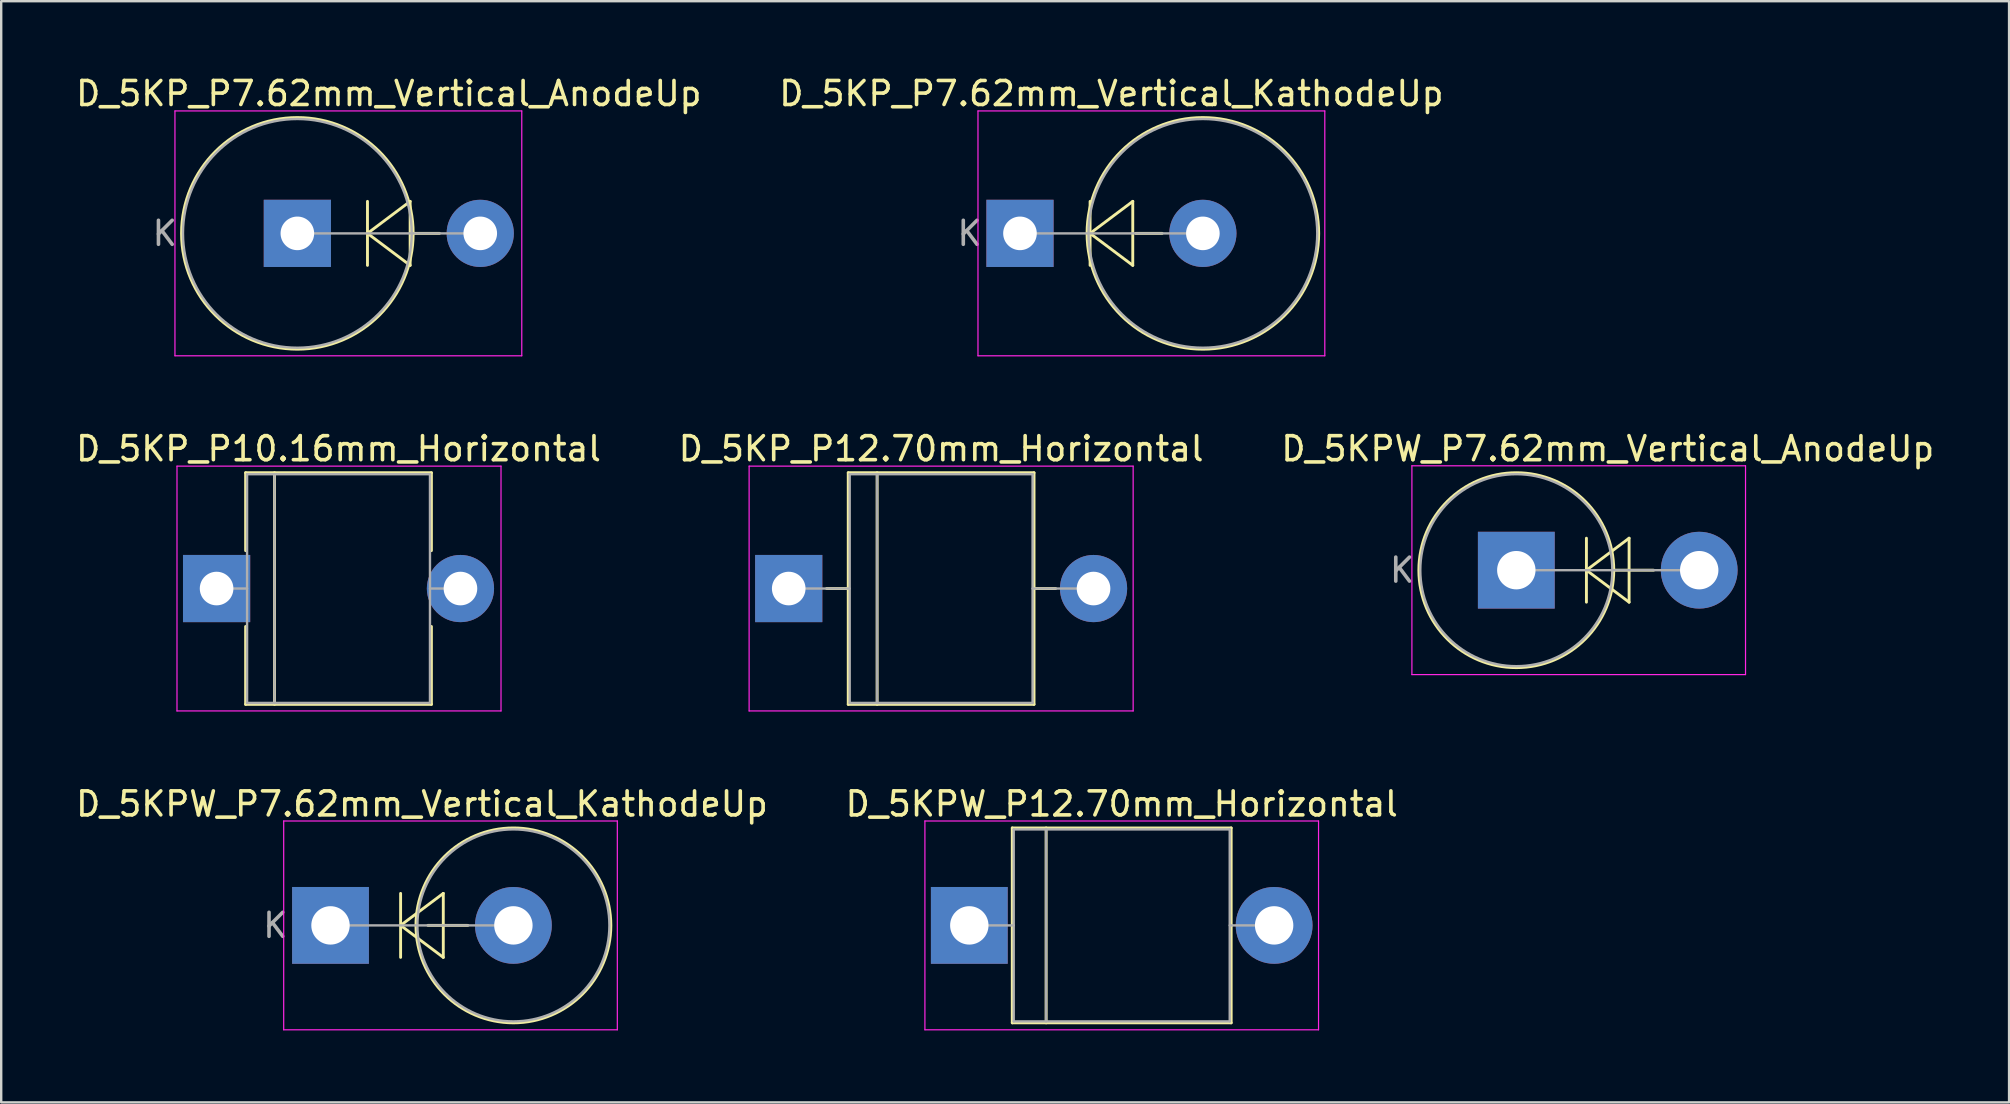
<source format=kicad_pcb>
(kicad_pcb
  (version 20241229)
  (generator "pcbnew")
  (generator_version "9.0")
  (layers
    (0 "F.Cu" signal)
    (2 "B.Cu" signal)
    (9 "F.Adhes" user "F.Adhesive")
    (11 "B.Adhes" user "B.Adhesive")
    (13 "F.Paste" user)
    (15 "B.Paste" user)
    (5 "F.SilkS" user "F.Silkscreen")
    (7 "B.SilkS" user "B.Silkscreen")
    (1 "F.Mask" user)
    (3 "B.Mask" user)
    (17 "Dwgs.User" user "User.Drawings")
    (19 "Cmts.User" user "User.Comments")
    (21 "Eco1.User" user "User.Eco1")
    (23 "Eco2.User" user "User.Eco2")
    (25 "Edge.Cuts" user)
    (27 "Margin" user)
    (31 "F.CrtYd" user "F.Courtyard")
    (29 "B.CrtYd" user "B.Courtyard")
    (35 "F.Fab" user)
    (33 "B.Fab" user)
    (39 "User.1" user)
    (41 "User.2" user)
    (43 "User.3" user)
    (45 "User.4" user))
  (footprint "D_5KPW_P7.62mm_Vertical_KathodeUp"
    (layer "F.Cu")
    (at 10.72 35.505)
    (property "Reference" "D_5KPW_P7.62mm_Vertical_KathodeUp" (at 3.81 -5.06 0) (layer "F.SilkS") (effects (font (size 1 1) (thickness 0.15))))
    (attr through_hole)
    (fp_line (start 2.921 -1.333) (end 2.921 1.333) (stroke (width 0.12) (type solid)) (layer "F.SilkS"))
    (fp_line (start 2.921 0) (end 4.699 -1.333) (stroke (width 0.12) (type solid)) (layer "F.SilkS"))
    (fp_line (start 4.06 0) (end 5.72 0) (stroke (width 0.12) (type solid)) (layer "F.SilkS"))
    (fp_line (start 4.699 -1.333) (end 4.699 1.333) (stroke (width 0.12) (type solid)) (layer "F.SilkS"))
    (fp_line (start 4.699 1.333) (end 2.921 0) (stroke (width 0.12) (type solid)) (layer "F.SilkS"))
    (fp_circle (center 7.62 0) (end 11.68 0) (stroke (width 0.12) (type solid)) (fill no) (layer "F.SilkS"))
    (fp_line (start -1.95 -4.35) (end -1.95 4.35) (stroke (width 0.05) (type solid)) (layer "F.CrtYd"))
    (fp_line (start -1.95 4.35) (end 11.95 4.35) (stroke (width 0.05) (type solid)) (layer "F.CrtYd"))
    (fp_line (start 11.95 -4.35) (end -1.95 -4.35) (stroke (width 0.05) (type solid)) (layer "F.CrtYd"))
    (fp_line (start 11.95 4.35) (end 11.95 -4.35) (stroke (width 0.05) (type solid)) (layer "F.CrtYd"))
    (fp_line (start 0 0) (end 7.62 0) (stroke (width 0.1) (type solid)) (layer "F.Fab"))
    (fp_circle (center 7.62 0) (end 11.62 0) (stroke (width 0.1) (type solid)) (fill no) (layer "F.Fab"))
    (fp_text user "K" (at -2.3 0 0) (layer "F.Fab") (effects (font (size 1 1) (thickness 0.15))))
    (pad "1" thru_hole rect (at 0 0) (size 3.2 3.2) (drill 1.6) (layers "*.Cu" "*.Mask"))
    (pad "2" thru_hole oval (at 7.62 0) (size 3.2 3.2) (drill 1.6) (layers "*.Cu" "*.Mask")))
  (footprint "D_5KPW_P12.70mm_Horizontal"
    (layer "F.Cu")
    (at 37.335 35.505)
    (property "Reference" "D_5KPW_P12.70mm_Horizontal" (at 6.35 -5.06 0) (layer "F.SilkS") (effects (font (size 1 1) (thickness 0.15))))
    (attr through_hole)
    (fp_line (start 1.78 0) (end 1.79 0) (stroke (width 0.12) (type solid)) (layer "F.SilkS"))
    (fp_line (start 1.79 -4.06) (end 1.79 4.06) (stroke (width 0.12) (type solid)) (layer "F.SilkS"))
    (fp_line (start 1.79 4.06) (end 10.91 4.06) (stroke (width 0.12) (type solid)) (layer "F.SilkS"))
    (fp_line (start 3.2 -4.06) (end 3.2 4.06) (stroke (width 0.12) (type solid)) (layer "F.SilkS"))
    (fp_line (start 10.91 -4.06) (end 1.79 -4.06) (stroke (width 0.12) (type solid)) (layer "F.SilkS"))
    (fp_line (start 10.91 4.06) (end 10.91 -4.06) (stroke (width 0.12) (type solid)) (layer "F.SilkS"))
    (fp_line (start 10.92 0) (end 10.91 0) (stroke (width 0.12) (type solid)) (layer "F.SilkS"))
    (fp_line (start -1.85 -4.35) (end -1.85 4.35) (stroke (width 0.05) (type solid)) (layer "F.CrtYd"))
    (fp_line (start -1.85 4.35) (end 14.55 4.35) (stroke (width 0.05) (type solid)) (layer "F.CrtYd"))
    (fp_line (start 14.55 -4.35) (end -1.85 -4.35) (stroke (width 0.05) (type solid)) (layer "F.CrtYd"))
    (fp_line (start 14.55 4.35) (end 14.55 -4.35) (stroke (width 0.05) (type solid)) (layer "F.CrtYd"))
    (fp_line (start 0 0) (end 1.85 0) (stroke (width 0.1) (type solid)) (layer "F.Fab"))
    (fp_line (start 1.85 -4) (end 1.85 4) (stroke (width 0.1) (type solid)) (layer "F.Fab"))
    (fp_line (start 1.85 4) (end 10.85 4) (stroke (width 0.1) (type solid)) (layer "F.Fab"))
    (fp_line (start 3.2 -4) (end 3.2 4) (stroke (width 0.1) (type solid)) (layer "F.Fab"))
    (fp_line (start 10.85 -4) (end 1.85 -4) (stroke (width 0.1) (type solid)) (layer "F.Fab"))
    (fp_line (start 10.85 4) (end 10.85 -4) (stroke (width 0.1) (type solid)) (layer "F.Fab"))
    (fp_line (start 12.7 0) (end 10.85 0) (stroke (width 0.1) (type solid)) (layer "F.Fab"))
    (pad "1" thru_hole rect (at 0 0) (size 3.2 3.2) (drill 1.6) (layers "*.Cu" "*.Mask"))
    (pad "2" thru_hole oval (at 12.7 0) (size 3.2 3.2) (drill 1.6) (layers "*.Cu" "*.Mask")))
  (footprint "D_5KP_P7.62mm_Vertical_KathodeUp"
    (layer "F.Cu")
    (at 39.446 6.673)
    (property "Reference" "D_5KP_P7.62mm_Vertical_KathodeUp" (at 3.81 -5.825 0) (layer "F.SilkS") (effects (font (size 1 1) (thickness 0.15))))
    (attr through_hole)
    (fp_line (start 2.921 -1.333) (end 2.921 1.333) (stroke (width 0.12) (type solid)) (layer "F.SilkS"))
    (fp_line (start 2.921 0) (end 4.699 -1.333) (stroke (width 0.12) (type solid)) (layer "F.SilkS"))
    (fp_line (start 4.699 -1.333) (end 4.699 1.333) (stroke (width 0.12) (type solid)) (layer "F.SilkS"))
    (fp_line (start 4.699 1.333) (end 2.921 0) (stroke (width 0.12) (type solid)) (layer "F.SilkS"))
    (fp_line (start 4.825 0) (end 5.92 0) (stroke (width 0.12) (type solid)) (layer "F.SilkS"))
    (fp_circle (center 7.62 0) (end 12.445 0) (stroke (width 0.12) (type solid)) (fill no) (layer "F.SilkS"))
    (fp_line (start -1.75 -5.1) (end -1.75 5.1) (stroke (width 0.05) (type solid)) (layer "F.CrtYd"))
    (fp_line (start -1.75 5.1) (end 12.7 5.1) (stroke (width 0.05) (type solid)) (layer "F.CrtYd"))
    (fp_line (start 12.7 -5.1) (end -1.75 -5.1) (stroke (width 0.05) (type solid)) (layer "F.CrtYd"))
    (fp_line (start 12.7 5.1) (end 12.7 -5.1) (stroke (width 0.05) (type solid)) (layer "F.CrtYd"))
    (fp_line (start 0 0) (end 7.62 0) (stroke (width 0.1) (type solid)) (layer "F.Fab"))
    (fp_circle (center 7.62 0) (end 12.385 0) (stroke (width 0.1) (type solid)) (fill no) (layer "F.Fab"))
    (fp_text user "K" (at -2.1 0 0) (layer "F.Fab") (effects (font (size 1 1) (thickness 0.15))))
    (pad "1" thru_hole rect (at 0 0) (size 2.8 2.8) (drill 1.4) (layers "*.Cu" "*.Mask"))
    (pad "2" thru_hole oval (at 7.62 0) (size 2.8 2.8) (drill 1.4) (layers "*.Cu" "*.Mask")))
  (footprint "D_5KPW_P7.62mm_Vertical_AnodeUp"
    (layer "F.Cu")
    (at 60.125 20.706)
    (property "Reference" "D_5KPW_P7.62mm_Vertical_AnodeUp" (at 3.81 -5.06 0) (layer "F.SilkS") (effects (font (size 1 1) (thickness 0.15))))
    (attr through_hole)
    (fp_line (start 2.921 -1.333) (end 2.921 1.333) (stroke (width 0.12) (type solid)) (layer "F.SilkS"))
    (fp_line (start 2.921 0) (end 4.699 -1.333) (stroke (width 0.12) (type solid)) (layer "F.SilkS"))
    (fp_line (start 4.06 0) (end 5.72 0) (stroke (width 0.12) (type solid)) (layer "F.SilkS"))
    (fp_line (start 4.699 -1.333) (end 4.699 1.333) (stroke (width 0.12) (type solid)) (layer "F.SilkS"))
    (fp_line (start 4.699 1.333) (end 2.921 0) (stroke (width 0.12) (type solid)) (layer "F.SilkS"))
    (fp_circle (center 0 0) (end 4.06 0) (stroke (width 0.12) (type solid)) (fill no) (layer "F.SilkS"))
    (fp_line (start -4.35 -4.35) (end -4.35 4.35) (stroke (width 0.05) (type solid)) (layer "F.CrtYd"))
    (fp_line (start -4.35 4.35) (end 9.55 4.35) (stroke (width 0.05) (type solid)) (layer "F.CrtYd"))
    (fp_line (start 9.55 -4.35) (end -4.35 -4.35) (stroke (width 0.05) (type solid)) (layer "F.CrtYd"))
    (fp_line (start 9.55 4.35) (end 9.55 -4.35) (stroke (width 0.05) (type solid)) (layer "F.CrtYd"))
    (fp_line (start 0 0) (end 7.62 0) (stroke (width 0.1) (type solid)) (layer "F.Fab"))
    (fp_circle (center 0 0) (end 4 0) (stroke (width 0.1) (type solid)) (fill no) (layer "F.Fab"))
    (fp_text user "K" (at -4.76 0 0) (layer "F.Fab") (effects (font (size 1 1) (thickness 0.15))))
    (pad "1" thru_hole rect (at 0 0) (size 3.2 3.2) (drill 1.6) (layers "*.Cu" "*.Mask"))
    (pad "2" thru_hole oval (at 7.62 0) (size 3.2 3.2) (drill 1.6) (layers "*.Cu" "*.Mask")))
  (footprint "D_5KP_P12.70mm_Horizontal"
    (layer "F.Cu")
    (at 29.811 21.471)
    (property "Reference" "D_5KP_P12.70mm_Horizontal" (at 6.35 -5.825 0) (layer "F.SilkS") (effects (font (size 1 1) (thickness 0.15))))
    (attr through_hole)
    (fp_line (start 1.58 0) (end 2.48 0) (stroke (width 0.12) (type solid)) (layer "F.SilkS"))
    (fp_line (start 2.48 -4.825) (end 2.48 4.825) (stroke (width 0.12) (type solid)) (layer "F.SilkS"))
    (fp_line (start 2.48 4.825) (end 10.22 4.825) (stroke (width 0.12) (type solid)) (layer "F.SilkS"))
    (fp_line (start 3.683 -4.825) (end 3.683 4.825) (stroke (width 0.12) (type solid)) (layer "F.SilkS"))
    (fp_line (start 10.22 -4.825) (end 2.48 -4.825) (stroke (width 0.12) (type solid)) (layer "F.SilkS"))
    (fp_line (start 10.22 4.825) (end 10.22 -4.825) (stroke (width 0.12) (type solid)) (layer "F.SilkS"))
    (fp_line (start 11.12 0) (end 10.22 0) (stroke (width 0.12) (type solid)) (layer "F.SilkS"))
    (fp_line (start -1.65 -5.1) (end -1.65 5.1) (stroke (width 0.05) (type solid)) (layer "F.CrtYd"))
    (fp_line (start -1.65 5.1) (end 14.35 5.1) (stroke (width 0.05) (type solid)) (layer "F.CrtYd"))
    (fp_line (start 14.35 -5.1) (end -1.65 -5.1) (stroke (width 0.05) (type solid)) (layer "F.CrtYd"))
    (fp_line (start 14.35 5.1) (end 14.35 -5.1) (stroke (width 0.05) (type solid)) (layer "F.CrtYd"))
    (fp_line (start 0 0) (end 2.54 0) (stroke (width 0.1) (type solid)) (layer "F.Fab"))
    (fp_line (start 2.54 -4.765) (end 2.54 4.765) (stroke (width 0.1) (type solid)) (layer "F.Fab"))
    (fp_line (start 2.54 4.765) (end 10.16 4.765) (stroke (width 0.1) (type solid)) (layer "F.Fab"))
    (fp_line (start 3.683 -4.765) (end 3.683 4.765) (stroke (width 0.1) (type solid)) (layer "F.Fab"))
    (fp_line (start 10.16 -4.765) (end 2.54 -4.765) (stroke (width 0.1) (type solid)) (layer "F.Fab"))
    (fp_line (start 10.16 4.765) (end 10.16 -4.765) (stroke (width 0.1) (type solid)) (layer "F.Fab"))
    (fp_line (start 12.7 0) (end 10.16 0) (stroke (width 0.1) (type solid)) (layer "F.Fab"))
    (pad "1" thru_hole rect (at 0 0) (size 2.8 2.8) (drill 1.4) (layers "*.Cu" "*.Mask"))
    (pad "2" thru_hole oval (at 12.7 0) (size 2.8 2.8) (drill 1.4) (layers "*.Cu" "*.Mask")))
  (footprint "D_5KP_P7.62mm_Vertical_AnodeUp"
    (layer "F.Cu")
    (at 9.339 6.673)
    (property "Reference" "D_5KP_P7.62mm_Vertical_AnodeUp" (at 3.81 -5.825 0) (layer "F.SilkS") (effects (font (size 1 1) (thickness 0.15))))
    (attr through_hole)
    (fp_line (start 2.921 -1.333) (end 2.921 1.333) (stroke (width 0.12) (type solid)) (layer "F.SilkS"))
    (fp_line (start 2.921 0) (end 4.699 -1.333) (stroke (width 0.12) (type solid)) (layer "F.SilkS"))
    (fp_line (start 4.699 -1.333) (end 4.699 1.333) (stroke (width 0.12) (type solid)) (layer "F.SilkS"))
    (fp_line (start 4.699 1.333) (end 2.921 0) (stroke (width 0.12) (type solid)) (layer "F.SilkS"))
    (fp_line (start 4.825 0) (end 5.92 0) (stroke (width 0.12) (type solid)) (layer "F.SilkS"))
    (fp_circle (center 0 0) (end 4.825 0) (stroke (width 0.12) (type solid)) (fill no) (layer "F.SilkS"))
    (fp_line (start -5.1 -5.1) (end -5.1 5.1) (stroke (width 0.05) (type solid)) (layer "F.CrtYd"))
    (fp_line (start -5.1 5.1) (end 9.35 5.1) (stroke (width 0.05) (type solid)) (layer "F.CrtYd"))
    (fp_line (start 9.35 -5.1) (end -5.1 -5.1) (stroke (width 0.05) (type solid)) (layer "F.CrtYd"))
    (fp_line (start 9.35 5.1) (end 9.35 -5.1) (stroke (width 0.05) (type solid)) (layer "F.CrtYd"))
    (fp_line (start 0 0) (end 7.62 0) (stroke (width 0.1) (type solid)) (layer "F.Fab"))
    (fp_circle (center 0 0) (end 4.765 0) (stroke (width 0.1) (type solid)) (fill no) (layer "F.Fab"))
    (fp_text user "K" (at -5.525 0 0) (layer "F.Fab") (effects (font (size 1 1) (thickness 0.15))))
    (pad "1" thru_hole rect (at 0 0) (size 2.8 2.8) (drill 1.4) (layers "*.Cu" "*.Mask"))
    (pad "2" thru_hole oval (at 7.62 0) (size 2.8 2.8) (drill 1.4) (layers "*.Cu" "*.Mask")))
  (footprint "D_5KP_P10.16mm_Horizontal"
    (layer "F.Cu")
    (at 5.974 21.471)
    (property "Reference" "D_5KP_P10.16mm_Horizontal" (at 5.08 -5.825 0) (layer "F.SilkS") (effects (font (size 1 1) (thickness 0.15))))
    (attr through_hole)
    (fp_line (start 1.21 -4.825) (end 8.95 -4.825) (stroke (width 0.12) (type solid)) (layer "F.SilkS"))
    (fp_line (start 1.21 -1.58) (end 1.21 -4.825) (stroke (width 0.12) (type solid)) (layer "F.SilkS"))
    (fp_line (start 1.21 1.58) (end 1.21 4.825) (stroke (width 0.12) (type solid)) (layer "F.SilkS"))
    (fp_line (start 1.21 4.825) (end 8.95 4.825) (stroke (width 0.12) (type solid)) (layer "F.SilkS"))
    (fp_line (start 2.413 -4.825) (end 2.413 4.825) (stroke (width 0.12) (type solid)) (layer "F.SilkS"))
    (fp_line (start 8.95 -4.825) (end 8.95 -1.58) (stroke (width 0.12) (type solid)) (layer "F.SilkS"))
    (fp_line (start 8.95 4.825) (end 8.95 1.58) (stroke (width 0.12) (type solid)) (layer "F.SilkS"))
    (fp_line (start -1.65 -5.1) (end -1.65 5.1) (stroke (width 0.05) (type solid)) (layer "F.CrtYd"))
    (fp_line (start -1.65 5.1) (end 11.85 5.1) (stroke (width 0.05) (type solid)) (layer "F.CrtYd"))
    (fp_line (start 11.85 -5.1) (end -1.65 -5.1) (stroke (width 0.05) (type solid)) (layer "F.CrtYd"))
    (fp_line (start 11.85 5.1) (end 11.85 -5.1) (stroke (width 0.05) (type solid)) (layer "F.CrtYd"))
    (fp_line (start 0 0) (end 1.27 0) (stroke (width 0.1) (type solid)) (layer "F.Fab"))
    (fp_line (start 1.27 -4.765) (end 1.27 4.765) (stroke (width 0.1) (type solid)) (layer "F.Fab"))
    (fp_line (start 1.27 4.765) (end 8.89 4.765) (stroke (width 0.1) (type solid)) (layer "F.Fab"))
    (fp_line (start 2.413 -4.765) (end 2.413 4.765) (stroke (width 0.1) (type solid)) (layer "F.Fab"))
    (fp_line (start 8.89 -4.765) (end 1.27 -4.765) (stroke (width 0.1) (type solid)) (layer "F.Fab"))
    (fp_line (start 8.89 4.765) (end 8.89 -4.765) (stroke (width 0.1) (type solid)) (layer "F.Fab"))
    (fp_line (start 10.16 0) (end 8.89 0) (stroke (width 0.1) (type solid)) (layer "F.Fab"))
    (pad "1" thru_hole rect (at 0 0) (size 2.8 2.8) (drill 1.4) (layers "*.Cu" "*.Mask"))
    (pad "2" thru_hole oval (at 10.16 0) (size 2.8 2.8) (drill 1.4) (layers "*.Cu" "*.Mask")))
  (gr_rect
    (start -3 -3)
    (end 80.655 42.88)
    (stroke (width 0.1) (type default))
    (fill no)
    (layer "Edge.Cuts")))
</source>
